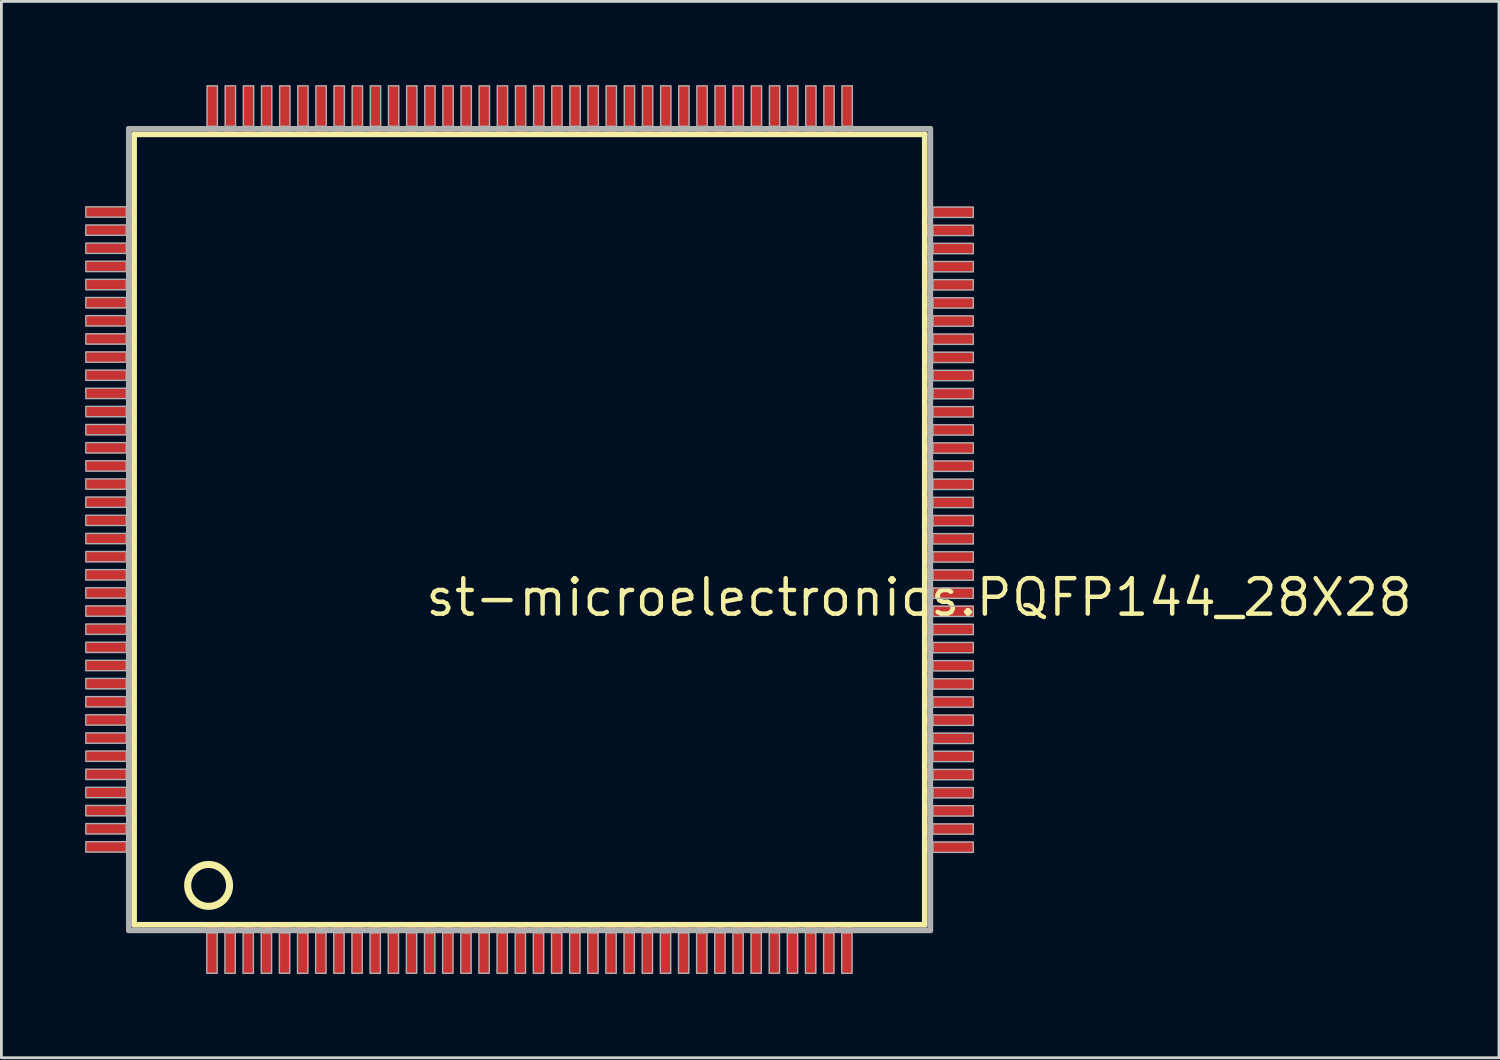
<source format=kicad_pcb>
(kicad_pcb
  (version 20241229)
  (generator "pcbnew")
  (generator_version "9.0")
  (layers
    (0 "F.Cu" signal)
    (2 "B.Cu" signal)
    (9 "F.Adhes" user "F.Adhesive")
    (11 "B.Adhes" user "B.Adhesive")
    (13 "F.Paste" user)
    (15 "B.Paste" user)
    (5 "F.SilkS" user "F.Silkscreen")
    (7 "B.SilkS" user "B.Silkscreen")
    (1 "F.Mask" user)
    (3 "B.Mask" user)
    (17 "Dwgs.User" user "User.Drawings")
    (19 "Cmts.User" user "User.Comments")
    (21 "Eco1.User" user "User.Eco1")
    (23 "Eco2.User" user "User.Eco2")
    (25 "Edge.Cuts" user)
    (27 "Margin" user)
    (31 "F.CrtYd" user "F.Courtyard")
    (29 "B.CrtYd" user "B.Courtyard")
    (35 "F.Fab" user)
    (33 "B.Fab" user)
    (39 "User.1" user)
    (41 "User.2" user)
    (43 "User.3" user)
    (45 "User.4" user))
  (footprint "st-microelectronics.PQFP144_28X28"
    (layer "F.Cu")
    (at 15.925 15.925)
    (property "Reference" "st-microelectronics.PQFP144_28X28" (at -3.81 3.175 0) (layer "F.SilkS") (effects (font (size 1.27 1.27) (thickness 0.16)) (justify left bottom)))
    (attr smd)
    (fp_line (start -14.17 -14.16) (end 14.16 -14.16) (stroke (width 0.203) (type default)) (layer "F.SilkS"))
    (fp_line (start -14.17 14.16) (end -14.17 -14.16) (stroke (width 0.203) (type default)) (layer "F.SilkS"))
    (fp_line (start 14.16 -14.16) (end 14.16 14.16) (stroke (width 0.203) (type default)) (layer "F.SilkS"))
    (fp_line (start 14.16 14.16) (end -14.17 14.16) (stroke (width 0.203) (type default)) (layer "F.SilkS"))
    (fp_circle (center -11.5 12.75) (end -10.75 12.75) (stroke (width 0.254) (type default)) (fill no) (layer "F.SilkS"))
    (fp_line (start -14.36 -14.36) (end -14.36 14.36) (stroke (width 0.203) (type default)) (layer "F.Fab"))
    (fp_line (start -14.36 14.36) (end 14.36 14.36) (stroke (width 0.203) (type default)) (layer "F.Fab"))
    (fp_line (start 14.36 -14.36) (end -14.36 -14.36) (stroke (width 0.203) (type default)) (layer "F.Fab"))
    (fp_line (start 14.36 14.36) (end 14.36 -14.36) (stroke (width 0.203) (type default)) (layer "F.Fab"))
    (fp_rect (start -15.9 -11.195) (end -14.45 -11.565) (stroke (width 0.05) (type default)) (fill no) (layer "F.Fab"))
    (fp_rect (start -15.9 -10.545) (end -14.45 -10.915) (stroke (width 0.05) (type default)) (fill no) (layer "F.Fab"))
    (fp_rect (start -15.9 -9.895) (end -14.45 -10.265) (stroke (width 0.05) (type default)) (fill no) (layer "F.Fab"))
    (fp_rect (start -15.9 -9.245) (end -14.45 -9.615) (stroke (width 0.05) (type default)) (fill no) (layer "F.Fab"))
    (fp_rect (start -15.9 -8.595) (end -14.45 -8.965) (stroke (width 0.05) (type default)) (fill no) (layer "F.Fab"))
    (fp_rect (start -15.9 -7.945) (end -14.45 -8.315) (stroke (width 0.05) (type default)) (fill no) (layer "F.Fab"))
    (fp_rect (start -15.9 -7.295) (end -14.45 -7.665) (stroke (width 0.05) (type default)) (fill no) (layer "F.Fab"))
    (fp_rect (start -15.9 -6.645) (end -14.45 -7.015) (stroke (width 0.05) (type default)) (fill no) (layer "F.Fab"))
    (fp_rect (start -15.9 -5.995) (end -14.45 -6.365) (stroke (width 0.05) (type default)) (fill no) (layer "F.Fab"))
    (fp_rect (start -15.9 -5.345) (end -14.45 -5.715) (stroke (width 0.05) (type default)) (fill no) (layer "F.Fab"))
    (fp_rect (start -15.9 -4.695) (end -14.45 -5.065) (stroke (width 0.05) (type default)) (fill no) (layer "F.Fab"))
    (fp_rect (start -15.9 -4.045) (end -14.45 -4.415) (stroke (width 0.05) (type default)) (fill no) (layer "F.Fab"))
    (fp_rect (start -15.9 -3.395) (end -14.45 -3.765) (stroke (width 0.05) (type default)) (fill no) (layer "F.Fab"))
    (fp_rect (start -15.9 -2.745) (end -14.45 -3.115) (stroke (width 0.05) (type default)) (fill no) (layer "F.Fab"))
    (fp_rect (start -15.9 -2.095) (end -14.45 -2.465) (stroke (width 0.05) (type default)) (fill no) (layer "F.Fab"))
    (fp_rect (start -15.9 -1.445) (end -14.45 -1.815) (stroke (width 0.05) (type default)) (fill no) (layer "F.Fab"))
    (fp_rect (start -15.9 -0.795) (end -14.45 -1.165) (stroke (width 0.05) (type default)) (fill no) (layer "F.Fab"))
    (fp_rect (start -15.9 -0.145) (end -14.45 -0.515) (stroke (width 0.05) (type default)) (fill no) (layer "F.Fab"))
    (fp_rect (start -15.9 0.505) (end -14.45 0.135) (stroke (width 0.05) (type default)) (fill no) (layer "F.Fab"))
    (fp_rect (start -15.9 1.155) (end -14.45 0.785) (stroke (width 0.05) (type default)) (fill no) (layer "F.Fab"))
    (fp_rect (start -15.9 1.805) (end -14.45 1.435) (stroke (width 0.05) (type default)) (fill no) (layer "F.Fab"))
    (fp_rect (start -15.9 2.455) (end -14.45 2.085) (stroke (width 0.05) (type default)) (fill no) (layer "F.Fab"))
    (fp_rect (start -15.9 3.105) (end -14.45 2.735) (stroke (width 0.05) (type default)) (fill no) (layer "F.Fab"))
    (fp_rect (start -15.9 3.755) (end -14.45 3.385) (stroke (width 0.05) (type default)) (fill no) (layer "F.Fab"))
    (fp_rect (start -15.9 4.405) (end -14.45 4.035) (stroke (width 0.05) (type default)) (fill no) (layer "F.Fab"))
    (fp_rect (start -15.9 5.055) (end -14.45 4.685) (stroke (width 0.05) (type default)) (fill no) (layer "F.Fab"))
    (fp_rect (start -15.9 5.705) (end -14.45 5.335) (stroke (width 0.05) (type default)) (fill no) (layer "F.Fab"))
    (fp_rect (start -15.9 6.355) (end -14.45 5.985) (stroke (width 0.05) (type default)) (fill no) (layer "F.Fab"))
    (fp_rect (start -15.9 7.005) (end -14.45 6.635) (stroke (width 0.05) (type default)) (fill no) (layer "F.Fab"))
    (fp_rect (start -15.9 7.655) (end -14.45 7.285) (stroke (width 0.05) (type default)) (fill no) (layer "F.Fab"))
    (fp_rect (start -15.9 8.305) (end -14.45 7.935) (stroke (width 0.05) (type default)) (fill no) (layer "F.Fab"))
    (fp_rect (start -15.9 8.955) (end -14.45 8.585) (stroke (width 0.05) (type default)) (fill no) (layer "F.Fab"))
    (fp_rect (start -15.9 9.605) (end -14.45 9.235) (stroke (width 0.05) (type default)) (fill no) (layer "F.Fab"))
    (fp_rect (start -15.9 10.255) (end -14.45 9.885) (stroke (width 0.05) (type default)) (fill no) (layer "F.Fab"))
    (fp_rect (start -15.9 10.905) (end -14.45 10.535) (stroke (width 0.05) (type default)) (fill no) (layer "F.Fab"))
    (fp_rect (start -15.9 11.555) (end -14.45 11.185) (stroke (width 0.05) (type default)) (fill no) (layer "F.Fab"))
    (fp_rect (start -11.565 15.9) (end -11.195 14.45) (stroke (width 0.05) (type default)) (fill no) (layer "F.Fab"))
    (fp_rect (start -11.555 -14.45) (end -11.185 -15.9) (stroke (width 0.05) (type default)) (fill no) (layer "F.Fab"))
    (fp_rect (start -10.915 15.9) (end -10.545 14.45) (stroke (width 0.05) (type default)) (fill no) (layer "F.Fab"))
    (fp_rect (start -10.905 -14.45) (end -10.535 -15.9) (stroke (width 0.05) (type default)) (fill no) (layer "F.Fab"))
    (fp_rect (start -10.265 15.9) (end -9.895 14.45) (stroke (width 0.05) (type default)) (fill no) (layer "F.Fab"))
    (fp_rect (start -10.255 -14.45) (end -9.885 -15.9) (stroke (width 0.05) (type default)) (fill no) (layer "F.Fab"))
    (fp_rect (start -9.615 15.9) (end -9.245 14.45) (stroke (width 0.05) (type default)) (fill no) (layer "F.Fab"))
    (fp_rect (start -9.605 -14.45) (end -9.235 -15.9) (stroke (width 0.05) (type default)) (fill no) (layer "F.Fab"))
    (fp_rect (start -8.965 15.9) (end -8.595 14.45) (stroke (width 0.05) (type default)) (fill no) (layer "F.Fab"))
    (fp_rect (start -8.955 -14.45) (end -8.585 -15.9) (stroke (width 0.05) (type default)) (fill no) (layer "F.Fab"))
    (fp_rect (start -8.315 15.9) (end -7.945 14.45) (stroke (width 0.05) (type default)) (fill no) (layer "F.Fab"))
    (fp_rect (start -8.305 -14.45) (end -7.935 -15.9) (stroke (width 0.05) (type default)) (fill no) (layer "F.Fab"))
    (fp_rect (start -7.665 15.9) (end -7.295 14.45) (stroke (width 0.05) (type default)) (fill no) (layer "F.Fab"))
    (fp_rect (start -7.655 -14.45) (end -7.285 -15.9) (stroke (width 0.05) (type default)) (fill no) (layer "F.Fab"))
    (fp_rect (start -7.015 15.9) (end -6.645 14.45) (stroke (width 0.05) (type default)) (fill no) (layer "F.Fab"))
    (fp_rect (start -7.005 -14.45) (end -6.635 -15.9) (stroke (width 0.05) (type default)) (fill no) (layer "F.Fab"))
    (fp_rect (start -6.365 15.9) (end -5.995 14.45) (stroke (width 0.05) (type default)) (fill no) (layer "F.Fab"))
    (fp_rect (start -6.355 -14.45) (end -5.985 -15.9) (stroke (width 0.05) (type default)) (fill no) (layer "F.Fab"))
    (fp_rect (start -5.715 15.9) (end -5.345 14.45) (stroke (width 0.05) (type default)) (fill no) (layer "F.Fab"))
    (fp_rect (start -5.705 -14.45) (end -5.335 -15.9) (stroke (width 0.05) (type default)) (fill no) (layer "F.Fab"))
    (fp_rect (start -5.065 15.9) (end -4.695 14.45) (stroke (width 0.05) (type default)) (fill no) (layer "F.Fab"))
    (fp_rect (start -5.055 -14.45) (end -4.685 -15.9) (stroke (width 0.05) (type default)) (fill no) (layer "F.Fab"))
    (fp_rect (start -4.415 15.9) (end -4.045 14.45) (stroke (width 0.05) (type default)) (fill no) (layer "F.Fab"))
    (fp_rect (start -4.405 -14.45) (end -4.035 -15.9) (stroke (width 0.05) (type default)) (fill no) (layer "F.Fab"))
    (fp_rect (start -3.765 15.9) (end -3.395 14.45) (stroke (width 0.05) (type default)) (fill no) (layer "F.Fab"))
    (fp_rect (start -3.755 -14.45) (end -3.385 -15.9) (stroke (width 0.05) (type default)) (fill no) (layer "F.Fab"))
    (fp_rect (start -3.115 15.9) (end -2.745 14.45) (stroke (width 0.05) (type default)) (fill no) (layer "F.Fab"))
    (fp_rect (start -3.105 -14.45) (end -2.735 -15.9) (stroke (width 0.05) (type default)) (fill no) (layer "F.Fab"))
    (fp_rect (start -2.465 15.9) (end -2.095 14.45) (stroke (width 0.05) (type default)) (fill no) (layer "F.Fab"))
    (fp_rect (start -2.455 -14.45) (end -2.085 -15.9) (stroke (width 0.05) (type default)) (fill no) (layer "F.Fab"))
    (fp_rect (start -1.815 15.9) (end -1.445 14.45) (stroke (width 0.05) (type default)) (fill no) (layer "F.Fab"))
    (fp_rect (start -1.805 -14.45) (end -1.435 -15.9) (stroke (width 0.05) (type default)) (fill no) (layer "F.Fab"))
    (fp_rect (start -1.165 15.9) (end -0.795 14.45) (stroke (width 0.05) (type default)) (fill no) (layer "F.Fab"))
    (fp_rect (start -1.155 -14.45) (end -0.785 -15.9) (stroke (width 0.05) (type default)) (fill no) (layer "F.Fab"))
    (fp_rect (start -0.515 15.9) (end -0.145 14.45) (stroke (width 0.05) (type default)) (fill no) (layer "F.Fab"))
    (fp_rect (start -0.505 -14.45) (end -0.135 -15.9) (stroke (width 0.05) (type default)) (fill no) (layer "F.Fab"))
    (fp_rect (start 0.135 15.9) (end 0.505 14.45) (stroke (width 0.05) (type default)) (fill no) (layer "F.Fab"))
    (fp_rect (start 0.145 -14.45) (end 0.515 -15.9) (stroke (width 0.05) (type default)) (fill no) (layer "F.Fab"))
    (fp_rect (start 0.785 15.9) (end 1.155 14.45) (stroke (width 0.05) (type default)) (fill no) (layer "F.Fab"))
    (fp_rect (start 0.795 -14.45) (end 1.165 -15.9) (stroke (width 0.05) (type default)) (fill no) (layer "F.Fab"))
    (fp_rect (start 1.435 15.9) (end 1.805 14.45) (stroke (width 0.05) (type default)) (fill no) (layer "F.Fab"))
    (fp_rect (start 1.445 -14.45) (end 1.815 -15.9) (stroke (width 0.05) (type default)) (fill no) (layer "F.Fab"))
    (fp_rect (start 2.085 15.9) (end 2.455 14.45) (stroke (width 0.05) (type default)) (fill no) (layer "F.Fab"))
    (fp_rect (start 2.095 -14.45) (end 2.465 -15.9) (stroke (width 0.05) (type default)) (fill no) (layer "F.Fab"))
    (fp_rect (start 2.735 15.9) (end 3.105 14.45) (stroke (width 0.05) (type default)) (fill no) (layer "F.Fab"))
    (fp_rect (start 2.745 -14.45) (end 3.115 -15.9) (stroke (width 0.05) (type default)) (fill no) (layer "F.Fab"))
    (fp_rect (start 3.385 15.9) (end 3.755 14.45) (stroke (width 0.05) (type default)) (fill no) (layer "F.Fab"))
    (fp_rect (start 3.395 -14.45) (end 3.765 -15.9) (stroke (width 0.05) (type default)) (fill no) (layer "F.Fab"))
    (fp_rect (start 4.035 15.9) (end 4.405 14.45) (stroke (width 0.05) (type default)) (fill no) (layer "F.Fab"))
    (fp_rect (start 4.045 -14.45) (end 4.415 -15.9) (stroke (width 0.05) (type default)) (fill no) (layer "F.Fab"))
    (fp_rect (start 4.685 15.9) (end 5.055 14.45) (stroke (width 0.05) (type default)) (fill no) (layer "F.Fab"))
    (fp_rect (start 4.695 -14.45) (end 5.065 -15.9) (stroke (width 0.05) (type default)) (fill no) (layer "F.Fab"))
    (fp_rect (start 5.335 15.9) (end 5.705 14.45) (stroke (width 0.05) (type default)) (fill no) (layer "F.Fab"))
    (fp_rect (start 5.345 -14.45) (end 5.715 -15.9) (stroke (width 0.05) (type default)) (fill no) (layer "F.Fab"))
    (fp_rect (start 5.985 15.9) (end 6.355 14.45) (stroke (width 0.05) (type default)) (fill no) (layer "F.Fab"))
    (fp_rect (start 5.995 -14.45) (end 6.365 -15.9) (stroke (width 0.05) (type default)) (fill no) (layer "F.Fab"))
    (fp_rect (start 6.635 15.9) (end 7.005 14.45) (stroke (width 0.05) (type default)) (fill no) (layer "F.Fab"))
    (fp_rect (start 6.645 -14.45) (end 7.015 -15.9) (stroke (width 0.05) (type default)) (fill no) (layer "F.Fab"))
    (fp_rect (start 7.285 15.9) (end 7.655 14.45) (stroke (width 0.05) (type default)) (fill no) (layer "F.Fab"))
    (fp_rect (start 7.295 -14.45) (end 7.665 -15.9) (stroke (width 0.05) (type default)) (fill no) (layer "F.Fab"))
    (fp_rect (start 7.935 15.9) (end 8.305 14.45) (stroke (width 0.05) (type default)) (fill no) (layer "F.Fab"))
    (fp_rect (start 7.945 -14.45) (end 8.315 -15.9) (stroke (width 0.05) (type default)) (fill no) (layer "F.Fab"))
    (fp_rect (start 8.585 15.9) (end 8.955 14.45) (stroke (width 0.05) (type default)) (fill no) (layer "F.Fab"))
    (fp_rect (start 8.595 -14.45) (end 8.965 -15.9) (stroke (width 0.05) (type default)) (fill no) (layer "F.Fab"))
    (fp_rect (start 9.235 15.9) (end 9.605 14.45) (stroke (width 0.05) (type default)) (fill no) (layer "F.Fab"))
    (fp_rect (start 9.245 -14.45) (end 9.615 -15.9) (stroke (width 0.05) (type default)) (fill no) (layer "F.Fab"))
    (fp_rect (start 9.885 15.9) (end 10.255 14.45) (stroke (width 0.05) (type default)) (fill no) (layer "F.Fab"))
    (fp_rect (start 9.895 -14.45) (end 10.265 -15.9) (stroke (width 0.05) (type default)) (fill no) (layer "F.Fab"))
    (fp_rect (start 10.535 15.9) (end 10.905 14.45) (stroke (width 0.05) (type default)) (fill no) (layer "F.Fab"))
    (fp_rect (start 10.545 -14.45) (end 10.915 -15.9) (stroke (width 0.05) (type default)) (fill no) (layer "F.Fab"))
    (fp_rect (start 11.185 15.9) (end 11.555 14.45) (stroke (width 0.05) (type default)) (fill no) (layer "F.Fab"))
    (fp_rect (start 11.195 -14.45) (end 11.565 -15.9) (stroke (width 0.05) (type default)) (fill no) (layer "F.Fab"))
    (fp_rect (start 14.45 -11.185) (end 15.9 -11.555) (stroke (width 0.05) (type default)) (fill no) (layer "F.Fab"))
    (fp_rect (start 14.45 -10.535) (end 15.9 -10.905) (stroke (width 0.05) (type default)) (fill no) (layer "F.Fab"))
    (fp_rect (start 14.45 -9.885) (end 15.9 -10.255) (stroke (width 0.05) (type default)) (fill no) (layer "F.Fab"))
    (fp_rect (start 14.45 -9.235) (end 15.9 -9.605) (stroke (width 0.05) (type default)) (fill no) (layer "F.Fab"))
    (fp_rect (start 14.45 -8.585) (end 15.9 -8.955) (stroke (width 0.05) (type default)) (fill no) (layer "F.Fab"))
    (fp_rect (start 14.45 -7.935) (end 15.9 -8.305) (stroke (width 0.05) (type default)) (fill no) (layer "F.Fab"))
    (fp_rect (start 14.45 -7.285) (end 15.9 -7.655) (stroke (width 0.05) (type default)) (fill no) (layer "F.Fab"))
    (fp_rect (start 14.45 -6.635) (end 15.9 -7.005) (stroke (width 0.05) (type default)) (fill no) (layer "F.Fab"))
    (fp_rect (start 14.45 -5.985) (end 15.9 -6.355) (stroke (width 0.05) (type default)) (fill no) (layer "F.Fab"))
    (fp_rect (start 14.45 -5.335) (end 15.9 -5.705) (stroke (width 0.05) (type default)) (fill no) (layer "F.Fab"))
    (fp_rect (start 14.45 -4.685) (end 15.9 -5.055) (stroke (width 0.05) (type default)) (fill no) (layer "F.Fab"))
    (fp_rect (start 14.45 -4.035) (end 15.9 -4.405) (stroke (width 0.05) (type default)) (fill no) (layer "F.Fab"))
    (fp_rect (start 14.45 -3.385) (end 15.9 -3.755) (stroke (width 0.05) (type default)) (fill no) (layer "F.Fab"))
    (fp_rect (start 14.45 -2.735) (end 15.9 -3.105) (stroke (width 0.05) (type default)) (fill no) (layer "F.Fab"))
    (fp_rect (start 14.45 -2.085) (end 15.9 -2.455) (stroke (width 0.05) (type default)) (fill no) (layer "F.Fab"))
    (fp_rect (start 14.45 -1.435) (end 15.9 -1.805) (stroke (width 0.05) (type default)) (fill no) (layer "F.Fab"))
    (fp_rect (start 14.45 -0.785) (end 15.9 -1.155) (stroke (width 0.05) (type default)) (fill no) (layer "F.Fab"))
    (fp_rect (start 14.45 -0.135) (end 15.9 -0.505) (stroke (width 0.05) (type default)) (fill no) (layer "F.Fab"))
    (fp_rect (start 14.45 0.515) (end 15.9 0.145) (stroke (width 0.05) (type default)) (fill no) (layer "F.Fab"))
    (fp_rect (start 14.45 1.165) (end 15.9 0.795) (stroke (width 0.05) (type default)) (fill no) (layer "F.Fab"))
    (fp_rect (start 14.45 1.815) (end 15.9 1.445) (stroke (width 0.05) (type default)) (fill no) (layer "F.Fab"))
    (fp_rect (start 14.45 2.465) (end 15.9 2.095) (stroke (width 0.05) (type default)) (fill no) (layer "F.Fab"))
    (fp_rect (start 14.45 3.115) (end 15.9 2.745) (stroke (width 0.05) (type default)) (fill no) (layer "F.Fab"))
    (fp_rect (start 14.45 3.765) (end 15.9 3.395) (stroke (width 0.05) (type default)) (fill no) (layer "F.Fab"))
    (fp_rect (start 14.45 4.415) (end 15.9 4.045) (stroke (width 0.05) (type default)) (fill no) (layer "F.Fab"))
    (fp_rect (start 14.45 5.065) (end 15.9 4.695) (stroke (width 0.05) (type default)) (fill no) (layer "F.Fab"))
    (fp_rect (start 14.45 5.715) (end 15.9 5.345) (stroke (width 0.05) (type default)) (fill no) (layer "F.Fab"))
    (fp_rect (start 14.45 6.365) (end 15.9 5.995) (stroke (width 0.05) (type default)) (fill no) (layer "F.Fab"))
    (fp_rect (start 14.45 7.015) (end 15.9 6.645) (stroke (width 0.05) (type default)) (fill no) (layer "F.Fab"))
    (fp_rect (start 14.45 7.665) (end 15.9 7.295) (stroke (width 0.05) (type default)) (fill no) (layer "F.Fab"))
    (fp_rect (start 14.45 8.315) (end 15.9 7.945) (stroke (width 0.05) (type default)) (fill no) (layer "F.Fab"))
    (fp_rect (start 14.45 8.965) (end 15.9 8.595) (stroke (width 0.05) (type default)) (fill no) (layer "F.Fab"))
    (fp_rect (start 14.45 9.615) (end 15.9 9.245) (stroke (width 0.05) (type default)) (fill no) (layer "F.Fab"))
    (fp_rect (start 14.45 10.265) (end 15.9 9.895) (stroke (width 0.05) (type default)) (fill no) (layer "F.Fab"))
    (fp_rect (start 14.45 10.915) (end 15.9 10.545) (stroke (width 0.05) (type default)) (fill no) (layer "F.Fab"))
    (fp_rect (start 14.45 11.565) (end 15.9 11.195) (stroke (width 0.05) (type default)) (fill no) (layer "F.Fab"))
    (pad "1" smd roundrect (at -11.375 15) (size 0.4 1.8) (layers "F.Cu" "F.Mask" "F.Paste") (roundrect_rratio 0.01))
    (pad "2" smd roundrect (at -10.725 15) (size 0.4 1.8) (layers "F.Cu" "F.Mask" "F.Paste") (roundrect_rratio 0.01))
    (pad "3" smd roundrect (at -10.075 15) (size 0.4 1.8) (layers "F.Cu" "F.Mask" "F.Paste") (roundrect_rratio 0.01))
    (pad "4" smd roundrect (at -9.425 15) (size 0.4 1.8) (layers "F.Cu" "F.Mask" "F.Paste") (roundrect_rratio 0.01))
    (pad "5" smd roundrect (at -8.775 15) (size 0.4 1.8) (layers "F.Cu" "F.Mask" "F.Paste") (roundrect_rratio 0.01))
    (pad "6" smd roundrect (at -8.125 15) (size 0.4 1.8) (layers "F.Cu" "F.Mask" "F.Paste") (roundrect_rratio 0.01))
    (pad "7" smd roundrect (at -7.475 15) (size 0.4 1.8) (layers "F.Cu" "F.Mask" "F.Paste") (roundrect_rratio 0.01))
    (pad "8" smd roundrect (at -6.825 15) (size 0.4 1.8) (layers "F.Cu" "F.Mask" "F.Paste") (roundrect_rratio 0.01))
    (pad "9" smd roundrect (at -6.175 15) (size 0.4 1.8) (layers "F.Cu" "F.Mask" "F.Paste") (roundrect_rratio 0.01))
    (pad "10" smd roundrect (at -5.525 15) (size 0.4 1.8) (layers "F.Cu" "F.Mask" "F.Paste") (roundrect_rratio 0.01))
    (pad "11" smd roundrect (at -4.875 15) (size 0.4 1.8) (layers "F.Cu" "F.Mask" "F.Paste") (roundrect_rratio 0.01))
    (pad "12" smd roundrect (at -4.225 15) (size 0.4 1.8) (layers "F.Cu" "F.Mask" "F.Paste") (roundrect_rratio 0.01))
    (pad "13" smd roundrect (at -3.575 15) (size 0.4 1.8) (layers "F.Cu" "F.Mask" "F.Paste") (roundrect_rratio 0.01))
    (pad "14" smd roundrect (at -2.925 15) (size 0.4 1.8) (layers "F.Cu" "F.Mask" "F.Paste") (roundrect_rratio 0.01))
    (pad "15" smd roundrect (at -2.275 15) (size 0.4 1.8) (layers "F.Cu" "F.Mask" "F.Paste") (roundrect_rratio 0.01))
    (pad "16" smd roundrect (at -1.625 15) (size 0.4 1.8) (layers "F.Cu" "F.Mask" "F.Paste") (roundrect_rratio 0.01))
    (pad "17" smd roundrect (at -0.975 15) (size 0.4 1.8) (layers "F.Cu" "F.Mask" "F.Paste") (roundrect_rratio 0.01))
    (pad "18" smd roundrect (at -0.325 15) (size 0.4 1.8) (layers "F.Cu" "F.Mask" "F.Paste") (roundrect_rratio 0.01))
    (pad "19" smd roundrect (at 0.325 15) (size 0.4 1.8) (layers "F.Cu" "F.Mask" "F.Paste") (roundrect_rratio 0.01))
    (pad "20" smd roundrect (at 0.975 15) (size 0.4 1.8) (layers "F.Cu" "F.Mask" "F.Paste") (roundrect_rratio 0.01))
    (pad "21" smd roundrect (at 1.625 15) (size 0.4 1.8) (layers "F.Cu" "F.Mask" "F.Paste") (roundrect_rratio 0.01))
    (pad "22" smd roundrect (at 2.275 15) (size 0.4 1.8) (layers "F.Cu" "F.Mask" "F.Paste") (roundrect_rratio 0.01))
    (pad "23" smd roundrect (at 2.925 15) (size 0.4 1.8) (layers "F.Cu" "F.Mask" "F.Paste") (roundrect_rratio 0.01))
    (pad "24" smd roundrect (at 3.575 15) (size 0.4 1.8) (layers "F.Cu" "F.Mask" "F.Paste") (roundrect_rratio 0.01))
    (pad "25" smd roundrect (at 4.225 15) (size 0.4 1.8) (layers "F.Cu" "F.Mask" "F.Paste") (roundrect_rratio 0.01))
    (pad "26" smd roundrect (at 4.875 15) (size 0.4 1.8) (layers "F.Cu" "F.Mask" "F.Paste") (roundrect_rratio 0.01))
    (pad "27" smd roundrect (at 5.525 15) (size 0.4 1.8) (layers "F.Cu" "F.Mask" "F.Paste") (roundrect_rratio 0.01))
    (pad "28" smd roundrect (at 6.175 15) (size 0.4 1.8) (layers "F.Cu" "F.Mask" "F.Paste") (roundrect_rratio 0.01))
    (pad "29" smd roundrect (at 6.825 15) (size 0.4 1.8) (layers "F.Cu" "F.Mask" "F.Paste") (roundrect_rratio 0.01))
    (pad "30" smd roundrect (at 7.475 15) (size 0.4 1.8) (layers "F.Cu" "F.Mask" "F.Paste") (roundrect_rratio 0.01))
    (pad "31" smd roundrect (at 8.125 15) (size 0.4 1.8) (layers "F.Cu" "F.Mask" "F.Paste") (roundrect_rratio 0.01))
    (pad "32" smd roundrect (at 8.775 15) (size 0.4 1.8) (layers "F.Cu" "F.Mask" "F.Paste") (roundrect_rratio 0.01))
    (pad "33" smd roundrect (at 9.425 15) (size 0.4 1.8) (layers "F.Cu" "F.Mask" "F.Paste") (roundrect_rratio 0.01))
    (pad "34" smd roundrect (at 10.075 15) (size 0.4 1.8) (layers "F.Cu" "F.Mask" "F.Paste") (roundrect_rratio 0.01))
    (pad "35" smd roundrect (at 10.725 15) (size 0.4 1.8) (layers "F.Cu" "F.Mask" "F.Paste") (roundrect_rratio 0.01))
    (pad "36" smd roundrect (at 11.375 15) (size 0.4 1.8) (layers "F.Cu" "F.Mask" "F.Paste") (roundrect_rratio 0.01))
    (pad "37" smd roundrect (at 15 11.375) (size 1.8 0.4) (layers "F.Cu" "F.Mask" "F.Paste") (roundrect_rratio 0.01))
    (pad "38" smd roundrect (at 15 10.725) (size 1.8 0.4) (layers "F.Cu" "F.Mask" "F.Paste") (roundrect_rratio 0.01))
    (pad "39" smd roundrect (at 15 10.075) (size 1.8 0.4) (layers "F.Cu" "F.Mask" "F.Paste") (roundrect_rratio 0.01))
    (pad "40" smd roundrect (at 15 9.425) (size 1.8 0.4) (layers "F.Cu" "F.Mask" "F.Paste") (roundrect_rratio 0.01))
    (pad "41" smd roundrect (at 15 8.775) (size 1.8 0.4) (layers "F.Cu" "F.Mask" "F.Paste") (roundrect_rratio 0.01))
    (pad "42" smd roundrect (at 15 8.125) (size 1.8 0.4) (layers "F.Cu" "F.Mask" "F.Paste") (roundrect_rratio 0.01))
    (pad "43" smd roundrect (at 15 7.475) (size 1.8 0.4) (layers "F.Cu" "F.Mask" "F.Paste") (roundrect_rratio 0.01))
    (pad "44" smd roundrect (at 15 6.825) (size 1.8 0.4) (layers "F.Cu" "F.Mask" "F.Paste") (roundrect_rratio 0.01))
    (pad "45" smd roundrect (at 15 6.175) (size 1.8 0.4) (layers "F.Cu" "F.Mask" "F.Paste") (roundrect_rratio 0.01))
    (pad "46" smd roundrect (at 15 5.525) (size 1.8 0.4) (layers "F.Cu" "F.Mask" "F.Paste") (roundrect_rratio 0.01))
    (pad "47" smd roundrect (at 15 4.875) (size 1.8 0.4) (layers "F.Cu" "F.Mask" "F.Paste") (roundrect_rratio 0.01))
    (pad "48" smd roundrect (at 15 4.225) (size 1.8 0.4) (layers "F.Cu" "F.Mask" "F.Paste") (roundrect_rratio 0.01))
    (pad "49" smd roundrect (at 15 3.575) (size 1.8 0.4) (layers "F.Cu" "F.Mask" "F.Paste") (roundrect_rratio 0.01))
    (pad "50" smd roundrect (at 15 2.925) (size 1.8 0.4) (layers "F.Cu" "F.Mask" "F.Paste") (roundrect_rratio 0.01))
    (pad "51" smd roundrect (at 15 2.275) (size 1.8 0.4) (layers "F.Cu" "F.Mask" "F.Paste") (roundrect_rratio 0.01))
    (pad "52" smd roundrect (at 15 1.625) (size 1.8 0.4) (layers "F.Cu" "F.Mask" "F.Paste") (roundrect_rratio 0.01))
    (pad "53" smd roundrect (at 15 0.975) (size 1.8 0.4) (layers "F.Cu" "F.Mask" "F.Paste") (roundrect_rratio 0.01))
    (pad "54" smd roundrect (at 15 0.325) (size 1.8 0.4) (layers "F.Cu" "F.Mask" "F.Paste") (roundrect_rratio 0.01))
    (pad "55" smd roundrect (at 15 -0.325) (size 1.8 0.4) (layers "F.Cu" "F.Mask" "F.Paste") (roundrect_rratio 0.01))
    (pad "56" smd roundrect (at 15 -0.975) (size 1.8 0.4) (layers "F.Cu" "F.Mask" "F.Paste") (roundrect_rratio 0.01))
    (pad "57" smd roundrect (at 15 -1.625) (size 1.8 0.4) (layers "F.Cu" "F.Mask" "F.Paste") (roundrect_rratio 0.01))
    (pad "58" smd roundrect (at 15 -2.275) (size 1.8 0.4) (layers "F.Cu" "F.Mask" "F.Paste") (roundrect_rratio 0.01))
    (pad "59" smd roundrect (at 15 -2.925) (size 1.8 0.4) (layers "F.Cu" "F.Mask" "F.Paste") (roundrect_rratio 0.01))
    (pad "60" smd roundrect (at 15 -3.575) (size 1.8 0.4) (layers "F.Cu" "F.Mask" "F.Paste") (roundrect_rratio 0.01))
    (pad "61" smd roundrect (at 15 -4.225) (size 1.8 0.4) (layers "F.Cu" "F.Mask" "F.Paste") (roundrect_rratio 0.01))
    (pad "62" smd roundrect (at 15 -4.875) (size 1.8 0.4) (layers "F.Cu" "F.Mask" "F.Paste") (roundrect_rratio 0.01))
    (pad "63" smd roundrect (at 15 -5.525) (size 1.8 0.4) (layers "F.Cu" "F.Mask" "F.Paste") (roundrect_rratio 0.01))
    (pad "64" smd roundrect (at 15 -6.175) (size 1.8 0.4) (layers "F.Cu" "F.Mask" "F.Paste") (roundrect_rratio 0.01))
    (pad "65" smd roundrect (at 15 -6.825) (size 1.8 0.4) (layers "F.Cu" "F.Mask" "F.Paste") (roundrect_rratio 0.01))
    (pad "66" smd roundrect (at 15 -7.475) (size 1.8 0.4) (layers "F.Cu" "F.Mask" "F.Paste") (roundrect_rratio 0.01))
    (pad "67" smd roundrect (at 15 -8.125) (size 1.8 0.4) (layers "F.Cu" "F.Mask" "F.Paste") (roundrect_rratio 0.01))
    (pad "68" smd roundrect (at 15 -8.775) (size 1.8 0.4) (layers "F.Cu" "F.Mask" "F.Paste") (roundrect_rratio 0.01))
    (pad "69" smd roundrect (at 15 -9.425) (size 1.8 0.4) (layers "F.Cu" "F.Mask" "F.Paste") (roundrect_rratio 0.01))
    (pad "70" smd roundrect (at 15 -10.075) (size 1.8 0.4) (layers "F.Cu" "F.Mask" "F.Paste") (roundrect_rratio 0.01))
    (pad "71" smd roundrect (at 15 -10.725) (size 1.8 0.4) (layers "F.Cu" "F.Mask" "F.Paste") (roundrect_rratio 0.01))
    (pad "72" smd roundrect (at 15 -11.375) (size 1.8 0.4) (layers "F.Cu" "F.Mask" "F.Paste") (roundrect_rratio 0.01))
    (pad "73" smd roundrect (at 11.375 -15) (size 0.4 1.8) (layers "F.Cu" "F.Mask" "F.Paste") (roundrect_rratio 0.01))
    (pad "74" smd roundrect (at 10.725 -15) (size 0.4 1.8) (layers "F.Cu" "F.Mask" "F.Paste") (roundrect_rratio 0.01))
    (pad "75" smd roundrect (at 10.075 -15) (size 0.4 1.8) (layers "F.Cu" "F.Mask" "F.Paste") (roundrect_rratio 0.01))
    (pad "76" smd roundrect (at 9.425 -15) (size 0.4 1.8) (layers "F.Cu" "F.Mask" "F.Paste") (roundrect_rratio 0.01))
    (pad "77" smd roundrect (at 8.775 -15) (size 0.4 1.8) (layers "F.Cu" "F.Mask" "F.Paste") (roundrect_rratio 0.01))
    (pad "78" smd roundrect (at 8.125 -15) (size 0.4 1.8) (layers "F.Cu" "F.Mask" "F.Paste") (roundrect_rratio 0.01))
    (pad "79" smd roundrect (at 7.475 -15) (size 0.4 1.8) (layers "F.Cu" "F.Mask" "F.Paste") (roundrect_rratio 0.01))
    (pad "80" smd roundrect (at 6.825 -15) (size 0.4 1.8) (layers "F.Cu" "F.Mask" "F.Paste") (roundrect_rratio 0.01))
    (pad "81" smd roundrect (at 6.175 -15) (size 0.4 1.8) (layers "F.Cu" "F.Mask" "F.Paste") (roundrect_rratio 0.01))
    (pad "82" smd roundrect (at 5.525 -15) (size 0.4 1.8) (layers "F.Cu" "F.Mask" "F.Paste") (roundrect_rratio 0.01))
    (pad "83" smd roundrect (at 4.875 -15) (size 0.4 1.8) (layers "F.Cu" "F.Mask" "F.Paste") (roundrect_rratio 0.01))
    (pad "84" smd roundrect (at 4.225 -15) (size 0.4 1.8) (layers "F.Cu" "F.Mask" "F.Paste") (roundrect_rratio 0.01))
    (pad "85" smd roundrect (at 3.575 -15) (size 0.4 1.8) (layers "F.Cu" "F.Mask" "F.Paste") (roundrect_rratio 0.01))
    (pad "86" smd roundrect (at 2.925 -15) (size 0.4 1.8) (layers "F.Cu" "F.Mask" "F.Paste") (roundrect_rratio 0.01))
    (pad "87" smd roundrect (at 2.275 -15) (size 0.4 1.8) (layers "F.Cu" "F.Mask" "F.Paste") (roundrect_rratio 0.01))
    (pad "88" smd roundrect (at 1.625 -15) (size 0.4 1.8) (layers "F.Cu" "F.Mask" "F.Paste") (roundrect_rratio 0.01))
    (pad "89" smd roundrect (at 0.975 -15) (size 0.4 1.8) (layers "F.Cu" "F.Mask" "F.Paste") (roundrect_rratio 0.01))
    (pad "90" smd roundrect (at 0.325 -15) (size 0.4 1.8) (layers "F.Cu" "F.Mask" "F.Paste") (roundrect_rratio 0.01))
    (pad "91" smd roundrect (at -0.325 -15) (size 0.4 1.8) (layers "F.Cu" "F.Mask" "F.Paste") (roundrect_rratio 0.01))
    (pad "92" smd roundrect (at -0.975 -15) (size 0.4 1.8) (layers "F.Cu" "F.Mask" "F.Paste") (roundrect_rratio 0.01))
    (pad "93" smd roundrect (at -1.625 -15) (size 0.4 1.8) (layers "F.Cu" "F.Mask" "F.Paste") (roundrect_rratio 0.01))
    (pad "94" smd roundrect (at -2.275 -15) (size 0.4 1.8) (layers "F.Cu" "F.Mask" "F.Paste") (roundrect_rratio 0.01))
    (pad "95" smd roundrect (at -2.925 -15) (size 0.4 1.8) (layers "F.Cu" "F.Mask" "F.Paste") (roundrect_rratio 0.01))
    (pad "96" smd roundrect (at -3.575 -15) (size 0.4 1.8) (layers "F.Cu" "F.Mask" "F.Paste") (roundrect_rratio 0.01))
    (pad "97" smd roundrect (at -4.225 -15) (size 0.4 1.8) (layers "F.Cu" "F.Mask" "F.Paste") (roundrect_rratio 0.01))
    (pad "98" smd roundrect (at -4.875 -15) (size 0.4 1.8) (layers "F.Cu" "F.Mask" "F.Paste") (roundrect_rratio 0.01))
    (pad "99" smd roundrect (at -5.525 -15) (size 0.4 1.8) (layers "F.Cu" "F.Mask" "F.Paste") (roundrect_rratio 0.01))
    (pad "100" smd roundrect (at -6.175 -15) (size 0.4 1.8) (layers "F.Cu" "F.Mask" "F.Paste") (roundrect_rratio 0.01))
    (pad "101" smd roundrect (at -6.825 -15) (size 0.4 1.8) (layers "F.Cu" "F.Mask" "F.Paste") (roundrect_rratio 0.01))
    (pad "102" smd roundrect (at -7.475 -15) (size 0.4 1.8) (layers "F.Cu" "F.Mask" "F.Paste") (roundrect_rratio 0.01))
    (pad "103" smd roundrect (at -8.125 -15) (size 0.4 1.8) (layers "F.Cu" "F.Mask" "F.Paste") (roundrect_rratio 0.01))
    (pad "104" smd roundrect (at -8.775 -15) (size 0.4 1.8) (layers "F.Cu" "F.Mask" "F.Paste") (roundrect_rratio 0.01))
    (pad "105" smd roundrect (at -9.425 -15) (size 0.4 1.8) (layers "F.Cu" "F.Mask" "F.Paste") (roundrect_rratio 0.01))
    (pad "106" smd roundrect (at -10.075 -15) (size 0.4 1.8) (layers "F.Cu" "F.Mask" "F.Paste") (roundrect_rratio 0.01))
    (pad "107" smd roundrect (at -10.725 -15) (size 0.4 1.8) (layers "F.Cu" "F.Mask" "F.Paste") (roundrect_rratio 0.01))
    (pad "108" smd roundrect (at -11.375 -15) (size 0.4 1.8) (layers "F.Cu" "F.Mask" "F.Paste") (roundrect_rratio 0.01))
    (pad "109" smd roundrect (at -15 -11.375) (size 1.8 0.4) (layers "F.Cu" "F.Mask" "F.Paste") (roundrect_rratio 0.01))
    (pad "110" smd roundrect (at -15 -10.725) (size 1.8 0.4) (layers "F.Cu" "F.Mask" "F.Paste") (roundrect_rratio 0.01))
    (pad "111" smd roundrect (at -15 -10.075) (size 1.8 0.4) (layers "F.Cu" "F.Mask" "F.Paste") (roundrect_rratio 0.01))
    (pad "112" smd roundrect (at -15 -9.425) (size 1.8 0.4) (layers "F.Cu" "F.Mask" "F.Paste") (roundrect_rratio 0.01))
    (pad "113" smd roundrect (at -15 -8.775) (size 1.8 0.4) (layers "F.Cu" "F.Mask" "F.Paste") (roundrect_rratio 0.01))
    (pad "114" smd roundrect (at -15 -8.125) (size 1.8 0.4) (layers "F.Cu" "F.Mask" "F.Paste") (roundrect_rratio 0.01))
    (pad "115" smd roundrect (at -15 -7.475) (size 1.8 0.4) (layers "F.Cu" "F.Mask" "F.Paste") (roundrect_rratio 0.01))
    (pad "116" smd roundrect (at -15 -6.825) (size 1.8 0.4) (layers "F.Cu" "F.Mask" "F.Paste") (roundrect_rratio 0.01))
    (pad "117" smd roundrect (at -15 -6.175) (size 1.8 0.4) (layers "F.Cu" "F.Mask" "F.Paste") (roundrect_rratio 0.01))
    (pad "118" smd roundrect (at -15 -5.525) (size 1.8 0.4) (layers "F.Cu" "F.Mask" "F.Paste") (roundrect_rratio 0.01))
    (pad "119" smd roundrect (at -15 -4.875) (size 1.8 0.4) (layers "F.Cu" "F.Mask" "F.Paste") (roundrect_rratio 0.01))
    (pad "120" smd roundrect (at -15 -4.225) (size 1.8 0.4) (layers "F.Cu" "F.Mask" "F.Paste") (roundrect_rratio 0.01))
    (pad "121" smd roundrect (at -15 -3.575) (size 1.8 0.4) (layers "F.Cu" "F.Mask" "F.Paste") (roundrect_rratio 0.01))
    (pad "122" smd roundrect (at -15 -2.925) (size 1.8 0.4) (layers "F.Cu" "F.Mask" "F.Paste") (roundrect_rratio 0.01))
    (pad "123" smd roundrect (at -15 -2.275) (size 1.8 0.4) (layers "F.Cu" "F.Mask" "F.Paste") (roundrect_rratio 0.01))
    (pad "124" smd roundrect (at -15 -1.625) (size 1.8 0.4) (layers "F.Cu" "F.Mask" "F.Paste") (roundrect_rratio 0.01))
    (pad "125" smd roundrect (at -15 -0.975) (size 1.8 0.4) (layers "F.Cu" "F.Mask" "F.Paste") (roundrect_rratio 0.01))
    (pad "126" smd roundrect (at -15 -0.325) (size 1.8 0.4) (layers "F.Cu" "F.Mask" "F.Paste") (roundrect_rratio 0.01))
    (pad "127" smd roundrect (at -15 0.325) (size 1.8 0.4) (layers "F.Cu" "F.Mask" "F.Paste") (roundrect_rratio 0.01))
    (pad "128" smd roundrect (at -15 0.975) (size 1.8 0.4) (layers "F.Cu" "F.Mask" "F.Paste") (roundrect_rratio 0.01))
    (pad "129" smd roundrect (at -15 1.625) (size 1.8 0.4) (layers "F.Cu" "F.Mask" "F.Paste") (roundrect_rratio 0.01))
    (pad "130" smd roundrect (at -15 2.275) (size 1.8 0.4) (layers "F.Cu" "F.Mask" "F.Paste") (roundrect_rratio 0.01))
    (pad "131" smd roundrect (at -15 2.925) (size 1.8 0.4) (layers "F.Cu" "F.Mask" "F.Paste") (roundrect_rratio 0.01))
    (pad "132" smd roundrect (at -15 3.575) (size 1.8 0.4) (layers "F.Cu" "F.Mask" "F.Paste") (roundrect_rratio 0.01))
    (pad "133" smd roundrect (at -15 4.225) (size 1.8 0.4) (layers "F.Cu" "F.Mask" "F.Paste") (roundrect_rratio 0.01))
    (pad "134" smd roundrect (at -15 4.875) (size 1.8 0.4) (layers "F.Cu" "F.Mask" "F.Paste") (roundrect_rratio 0.01))
    (pad "135" smd roundrect (at -15 5.525) (size 1.8 0.4) (layers "F.Cu" "F.Mask" "F.Paste") (roundrect_rratio 0.01))
    (pad "136" smd roundrect (at -15 6.175) (size 1.8 0.4) (layers "F.Cu" "F.Mask" "F.Paste") (roundrect_rratio 0.01))
    (pad "137" smd roundrect (at -15 6.825) (size 1.8 0.4) (layers "F.Cu" "F.Mask" "F.Paste") (roundrect_rratio 0.01))
    (pad "138" smd roundrect (at -15 7.475) (size 1.8 0.4) (layers "F.Cu" "F.Mask" "F.Paste") (roundrect_rratio 0.01))
    (pad "139" smd roundrect (at -15 8.125) (size 1.8 0.4) (layers "F.Cu" "F.Mask" "F.Paste") (roundrect_rratio 0.01))
    (pad "140" smd roundrect (at -15 8.775) (size 1.8 0.4) (layers "F.Cu" "F.Mask" "F.Paste") (roundrect_rratio 0.01))
    (pad "141" smd roundrect (at -15 9.425) (size 1.8 0.4) (layers "F.Cu" "F.Mask" "F.Paste") (roundrect_rratio 0.01))
    (pad "142" smd roundrect (at -15 10.075) (size 1.8 0.4) (layers "F.Cu" "F.Mask" "F.Paste") (roundrect_rratio 0.01))
    (pad "143" smd roundrect (at -15 10.725) (size 1.8 0.4) (layers "F.Cu" "F.Mask" "F.Paste") (roundrect_rratio 0.01))
    (pad "144" smd roundrect (at -15 11.375) (size 1.8 0.4) (layers "F.Cu" "F.Mask" "F.Paste") (roundrect_rratio 0.01)))
  (gr_rect
    (start -3 -3)
    (end 50.659 34.85)
    (stroke (width 0.1) (type default))
    (fill no)
    (layer "Edge.Cuts")))
</source>
